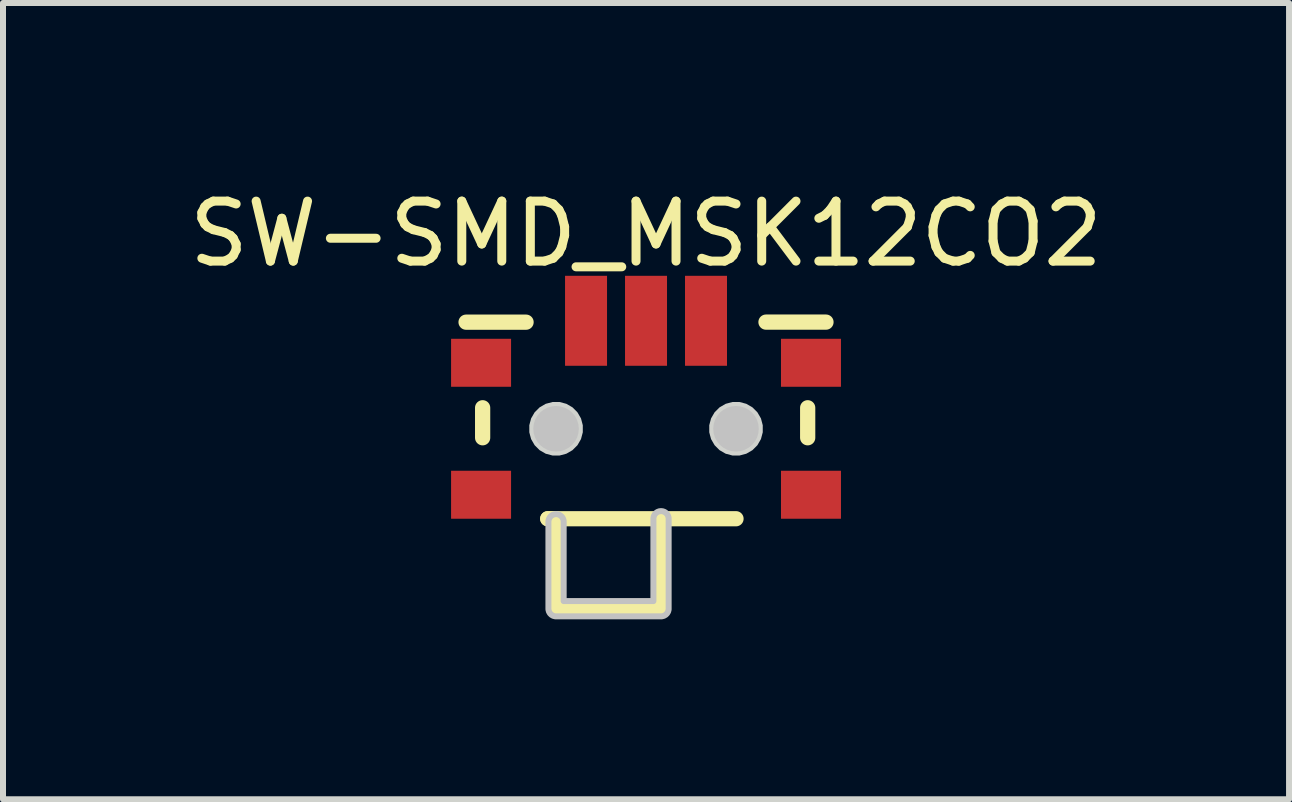
<source format=kicad_pcb>
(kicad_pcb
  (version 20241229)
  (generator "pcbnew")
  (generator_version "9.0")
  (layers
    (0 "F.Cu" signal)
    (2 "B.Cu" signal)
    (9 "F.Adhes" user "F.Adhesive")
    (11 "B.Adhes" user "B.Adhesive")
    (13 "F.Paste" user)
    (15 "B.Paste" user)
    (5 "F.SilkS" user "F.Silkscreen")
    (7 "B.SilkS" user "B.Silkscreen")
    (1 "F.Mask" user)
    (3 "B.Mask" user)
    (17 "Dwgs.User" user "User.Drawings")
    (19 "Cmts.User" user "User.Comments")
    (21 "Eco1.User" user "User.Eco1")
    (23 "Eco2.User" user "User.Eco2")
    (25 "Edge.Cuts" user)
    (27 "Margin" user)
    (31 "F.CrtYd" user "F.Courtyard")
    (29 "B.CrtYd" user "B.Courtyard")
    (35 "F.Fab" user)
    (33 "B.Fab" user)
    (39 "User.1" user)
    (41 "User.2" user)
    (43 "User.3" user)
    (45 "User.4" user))
  (footprint "SW-SMD_MSK12CO2"
    (layer "F.Cu")
    (at 7.72 3.748)
    (property "Reference" "SW-SMD_MSK12CO2" (at 0 -2.9 0) (layer "F.SilkS") (effects (font (size 1 1) (thickness 0.15))))
    (fp_line (start -2.724 0) (end -2.724 0.5) (stroke (width 0.254) (type default)) (layer "F.SilkS"))
    (fp_line (start -2 -1.427) (end -3 -1.427) (stroke (width 0.254) (type default)) (layer "F.SilkS"))
    (fp_line (start -1.638 1.85) (end -1.5 1.85) (stroke (width 0.254) (type default)) (layer "F.SilkS"))
    (fp_line (start -1.5 3.35) (end -1.5 1.9) (stroke (width 0.254) (type default)) (layer "F.SilkS"))
    (fp_line (start 0.25 1.85) (end -1.638 1.85) (stroke (width 0.254) (type default)) (layer "F.SilkS"))
    (fp_line (start 0.25 1.85) (end 0.25 3.35) (stroke (width 0.254) (type default)) (layer "F.SilkS"))
    (fp_line (start 0.25 1.85) (end 1.5 1.85) (stroke (width 0.254) (type default)) (layer "F.SilkS"))
    (fp_line (start 0.25 3.35) (end -1.5 3.35) (stroke (width 0.254) (type default)) (layer "F.SilkS"))
    (fp_line (start 2 -1.428) (end 3 -1.428) (stroke (width 0.254) (type default)) (layer "F.SilkS"))
    (fp_line (start 2.695 0) (end 2.695 0.5) (stroke (width 0.254) (type default)) (layer "F.SilkS"))
    (fp_circle (center -1.5 0.35) (end -1.31 0.35) (stroke (width 0.38) (type default)) (fill no) (layer "Dwgs.User"))
    (fp_circle (center 1.5 0.35) (end 1.69 0.35) (stroke (width 0.38) (type default)) (fill no) (layer "Dwgs.User"))
    (fp_poly (pts (arc (start 0.123 1.85) (mid 0.25 1.723) (end 0.377 1.85)) (arc (start 0.377 3.35) (mid 0.339803 3.439803) (end 0.25 3.477)) (arc (start -1.5 3.477) (mid -1.589803 3.439803) (end -1.627 3.35)) (arc (start -1.627 1.9) (mid -1.5 1.773) (end -1.373 1.9)) (xy -1.373 3.223) (xy 0.123 3.223)) (stroke (width 0.1) (type default)) (fill no) (layer "Dwgs.User"))
    (fp_poly (pts (xy -1.054 0.291) (xy -1.084 0.178) (xy -1.143 0.076) (xy -1.226 -0.007) (xy -1.328 -0.066) (xy -1.441 -0.096) (xy -1.559 -0.096) (xy -1.672 -0.066) (xy -1.774 -0.007) (xy -1.857 0.076) (xy -1.916 0.178) (xy -1.946 0.291) (xy -1.946 0.409) (xy -1.916 0.522) (xy -1.857 0.624) (xy -1.774 0.707) (xy -1.672 0.766) (xy -1.559 0.796) (xy -1.441 0.796) (xy -1.328 0.766) (xy -1.226 0.707) (xy -1.143 0.624) (xy -1.084 0.522) (xy -1.054 0.409)) (stroke (width 0) (type default)) (fill yes) (layer "Edge.Cuts"))
    (fp_poly (pts (xy 1.946 0.291) (xy 1.916 0.178) (xy 1.857 0.076) (xy 1.774 -0.007) (xy 1.672 -0.066) (xy 1.559 -0.096) (xy 1.441 -0.096) (xy 1.328 -0.066) (xy 1.226 -0.007) (xy 1.143 0.076) (xy 1.084 0.178) (xy 1.054 0.291) (xy 1.054 0.409) (xy 1.084 0.522) (xy 1.143 0.624) (xy 1.226 0.707) (xy 1.328 0.766) (xy 1.441 0.796) (xy 1.559 0.796) (xy 1.672 0.766) (xy 1.774 0.707) (xy 1.857 0.624) (xy 1.916 0.522) (xy 1.946 0.409)) (stroke (width 0) (type default)) (fill yes) (layer "Edge.Cuts"))
    (fp_poly (pts (xy -3.06 -0.95) (xy -2.51 -0.95) (xy -2.51 -0.55) (xy -3.06 -0.55)) (stroke (width 0.1) (type default)) (fill no) (layer "User.1"))
    (fp_poly (pts (xy -3.06 1.25) (xy -2.51 1.25) (xy -2.51 1.65) (xy -3.06 1.65)) (stroke (width 0.1) (type default)) (fill no) (layer "User.1"))
    (fp_poly (pts (xy -1.2 -1.988) (xy -0.8 -1.988) (xy -0.8 -0.8) (xy -1.2 -0.8)) (stroke (width 0.1) (type default)) (fill no) (layer "User.1"))
    (fp_poly (pts (xy -0.2 -1.988) (xy 0.2 -1.988) (xy 0.2 -0.8) (xy -0.2 -0.8)) (stroke (width 0.1) (type default)) (fill no) (layer "User.1"))
    (fp_poly (pts (xy 0.8 -1.988) (xy 1.2 -1.988) (xy 1.2 -0.8) (xy 0.8 -0.8)) (stroke (width 0.1) (type default)) (fill no) (layer "User.1"))
    (fp_poly (pts (xy 2.96 -0.549) (xy 2.41 -0.549) (xy 2.41 -0.95) (xy 2.96 -0.95)) (stroke (width 0.1) (type default)) (fill no) (layer "User.1"))
    (fp_poly (pts (xy 2.96 1.65) (xy 2.41 1.65) (xy 2.41 1.25) (xy 2.96 1.25)) (stroke (width 0.1) (type default)) (fill no) (layer "User.1"))
    (fp_line (start -2.56 1.742) (end -1.41 1.742) (stroke (width 0.051) (type default)) (layer "User.2"))
    (fp_line (start -2.55 -0.989) (end -2.56 1.742) (stroke (width 0.051) (type default)) (layer "User.2"))
    (fp_line (start -1.42 3.252) (end 0.1 3.252) (stroke (width 0.051) (type default)) (layer "User.2"))
    (fp_line (start -1.41 1.742) (end -1.41 3.241) (stroke (width 0.051) (type default)) (layer "User.2"))
    (fp_line (start -1.41 3.241) (end -1.42 3.252) (stroke (width 0.051) (type default)) (layer "User.2"))
    (fp_line (start 0.1 3.252) (end 0.15 3.25) (stroke (width 0.051) (type default)) (layer "User.2"))
    (fp_line (start 0.12 1.722) (end 2.46 1.722) (stroke (width 0.051) (type default)) (layer "User.2"))
    (fp_line (start 0.13 1.732) (end 0.12 1.722) (stroke (width 0.051) (type default)) (layer "User.2"))
    (fp_line (start 0.15 3.25) (end 0.13 1.732) (stroke (width 0.051) (type default)) (layer "User.2"))
    (fp_line (start 2.45 -0.95) (end -2.55 -0.989) (stroke (width 0.051) (type default)) (layer "User.2"))
    (fp_line (start 2.46 1.722) (end 2.45 -0.95) (stroke (width 0.051) (type default)) (layer "User.2"))
    (pad "1" smd rect (at -1 -1.45) (size 0.7 1.5) (layers "F.Cu" "F.Mask" "F.Paste"))
    (pad "2" smd rect (at 0 -1.45) (size 0.7 1.5) (layers "F.Cu" "F.Mask" "F.Paste"))
    (pad "3" smd rect (at 1 -1.45) (size 0.7 1.5) (layers "F.Cu" "F.Mask" "F.Paste"))
    (pad "4" smd rect (at -2.75 -0.75) (size 1 0.8) (layers "F.Cu" "F.Mask" "F.Paste"))
    (pad "4" smd rect (at -2.75 1.45) (size 1 0.8) (layers "F.Cu" "F.Mask" "F.Paste"))
    (pad "5" smd rect (at 2.75 -0.75) (size 1 0.8) (layers "F.Cu" "F.Mask" "F.Paste"))
    (pad "5" smd rect (at 2.75 1.45) (size 1 0.8) (layers "F.Cu" "F.Mask" "F.Paste")))
  (gr_rect
    (start -3 -3)
    (end 18.44 10.275)
    (stroke (width 0.1) (type default))
    (fill no)
    (layer "Edge.Cuts")))
</source>
